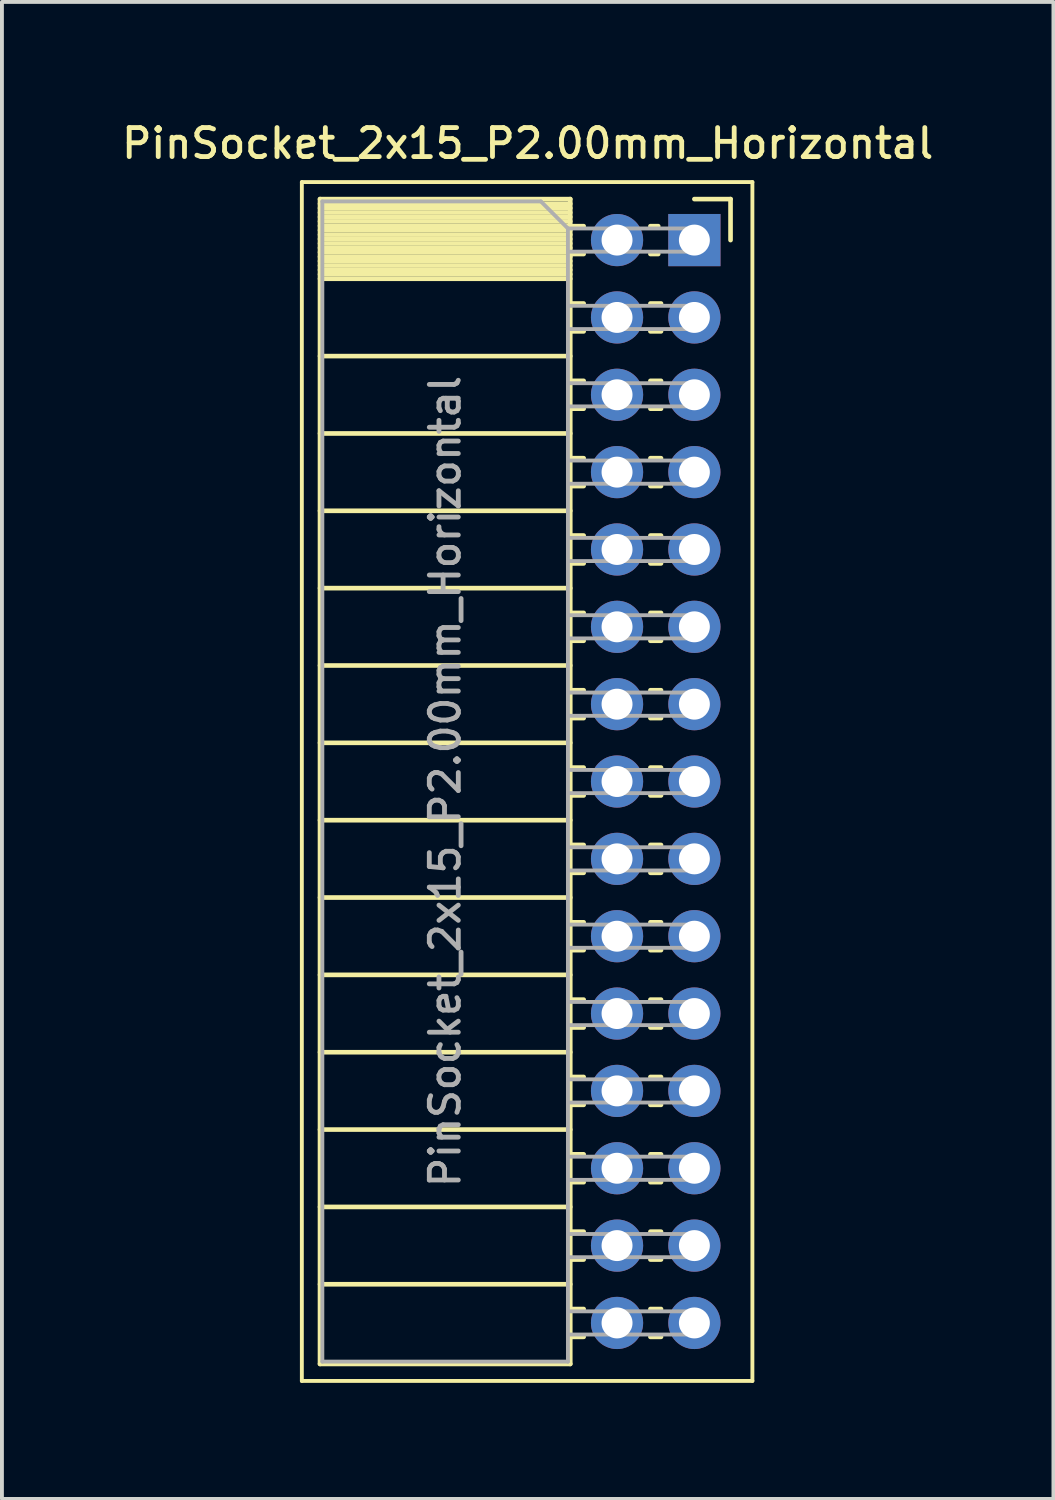
<source format=kicad_pcb>
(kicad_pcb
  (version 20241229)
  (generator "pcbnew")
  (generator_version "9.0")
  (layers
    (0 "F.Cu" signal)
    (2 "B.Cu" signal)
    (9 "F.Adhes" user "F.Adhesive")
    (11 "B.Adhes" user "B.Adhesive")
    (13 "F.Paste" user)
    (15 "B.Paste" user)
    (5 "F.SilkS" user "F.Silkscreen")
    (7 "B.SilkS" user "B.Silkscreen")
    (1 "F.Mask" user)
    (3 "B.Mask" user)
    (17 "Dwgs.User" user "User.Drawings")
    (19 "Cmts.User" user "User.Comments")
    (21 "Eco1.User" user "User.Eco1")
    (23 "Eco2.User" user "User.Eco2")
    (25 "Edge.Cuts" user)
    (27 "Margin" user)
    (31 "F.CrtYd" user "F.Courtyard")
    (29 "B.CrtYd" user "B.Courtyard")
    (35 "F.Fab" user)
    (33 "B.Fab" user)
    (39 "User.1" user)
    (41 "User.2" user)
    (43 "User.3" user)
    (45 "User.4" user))
  (footprint "PinSocket_2x15_P2.00mm_Horizontal"
    (layer "F.Cu")
    (at 14.905 3.158)
    (property "Reference" "PinSocket_2x15_P2.00mm_Horizontal" (at -4.31 -2.5 0) (layer "F.SilkS") (effects (font (size 0.75 0.75) (thickness 0.125))))
    (attr through_hole)
    (fp_line (start -10.15 -1.5) (end -10.15 29.5) (stroke (width 0.1) (type solid)) (layer "F.SilkS"))
    (fp_line (start -10.15 29.5) (end 1.5 29.5) (stroke (width 0.1) (type solid)) (layer "F.SilkS"))
    (fp_line (start -9.68 -1.06) (end -9.68 29.06) (stroke (width 0.12) (type solid)) (layer "F.SilkS"))
    (fp_line (start -9.68 -1.06) (end -3.21 -1.06) (stroke (width 0.12) (type solid)) (layer "F.SilkS"))
    (fp_line (start -9.68 -0.94) (end -3.21 -0.94) (stroke (width 0.12) (type solid)) (layer "F.SilkS"))
    (fp_line (start -9.68 -0.826) (end -3.21 -0.826) (stroke (width 0.12) (type solid)) (layer "F.SilkS"))
    (fp_line (start -9.68 -0.712) (end -3.21 -0.712) (stroke (width 0.12) (type solid)) (layer "F.SilkS"))
    (fp_line (start -9.68 -0.598) (end -3.21 -0.598) (stroke (width 0.12) (type solid)) (layer "F.SilkS"))
    (fp_line (start -9.68 -0.484) (end -3.21 -0.484) (stroke (width 0.12) (type solid)) (layer "F.SilkS"))
    (fp_line (start -9.68 -0.369) (end -3.21 -0.369) (stroke (width 0.12) (type solid)) (layer "F.SilkS"))
    (fp_line (start -9.68 -0.255) (end -3.21 -0.255) (stroke (width 0.12) (type solid)) (layer "F.SilkS"))
    (fp_line (start -9.68 -0.141) (end -3.21 -0.141) (stroke (width 0.12) (type solid)) (layer "F.SilkS"))
    (fp_line (start -9.68 -0.027) (end -3.21 -0.027) (stroke (width 0.12) (type solid)) (layer "F.SilkS"))
    (fp_line (start -9.68 0.087) (end -3.21 0.087) (stroke (width 0.12) (type solid)) (layer "F.SilkS"))
    (fp_line (start -9.68 0.201) (end -3.21 0.201) (stroke (width 0.12) (type solid)) (layer "F.SilkS"))
    (fp_line (start -9.68 0.315) (end -3.21 0.315) (stroke (width 0.12) (type solid)) (layer "F.SilkS"))
    (fp_line (start -9.68 0.429) (end -3.21 0.429) (stroke (width 0.12) (type solid)) (layer "F.SilkS"))
    (fp_line (start -9.68 0.544) (end -3.21 0.544) (stroke (width 0.12) (type solid)) (layer "F.SilkS"))
    (fp_line (start -9.68 0.658) (end -3.21 0.658) (stroke (width 0.12) (type solid)) (layer "F.SilkS"))
    (fp_line (start -9.68 0.772) (end -3.21 0.772) (stroke (width 0.12) (type solid)) (layer "F.SilkS"))
    (fp_line (start -9.68 0.886) (end -3.21 0.886) (stroke (width 0.12) (type solid)) (layer "F.SilkS"))
    (fp_line (start -9.68 1) (end -3.21 1) (stroke (width 0.12) (type solid)) (layer "F.SilkS"))
    (fp_line (start -9.68 3) (end -3.21 3) (stroke (width 0.12) (type solid)) (layer "F.SilkS"))
    (fp_line (start -9.68 5) (end -3.21 5) (stroke (width 0.12) (type solid)) (layer "F.SilkS"))
    (fp_line (start -9.68 7) (end -3.21 7) (stroke (width 0.12) (type solid)) (layer "F.SilkS"))
    (fp_line (start -9.68 9) (end -3.21 9) (stroke (width 0.12) (type solid)) (layer "F.SilkS"))
    (fp_line (start -9.68 11) (end -3.21 11) (stroke (width 0.12) (type solid)) (layer "F.SilkS"))
    (fp_line (start -9.68 13) (end -3.21 13) (stroke (width 0.12) (type solid)) (layer "F.SilkS"))
    (fp_line (start -9.68 15) (end -3.21 15) (stroke (width 0.12) (type solid)) (layer "F.SilkS"))
    (fp_line (start -9.68 17) (end -3.21 17) (stroke (width 0.12) (type solid)) (layer "F.SilkS"))
    (fp_line (start -9.68 19) (end -3.21 19) (stroke (width 0.12) (type solid)) (layer "F.SilkS"))
    (fp_line (start -9.68 21) (end -3.21 21) (stroke (width 0.12) (type solid)) (layer "F.SilkS"))
    (fp_line (start -9.68 23) (end -3.21 23) (stroke (width 0.12) (type solid)) (layer "F.SilkS"))
    (fp_line (start -9.68 25) (end -3.21 25) (stroke (width 0.12) (type solid)) (layer "F.SilkS"))
    (fp_line (start -9.68 27) (end -3.21 27) (stroke (width 0.12) (type solid)) (layer "F.SilkS"))
    (fp_line (start -9.68 29.06) (end -3.21 29.06) (stroke (width 0.12) (type solid)) (layer "F.SilkS"))
    (fp_line (start -3.21 -1.06) (end -3.21 29.06) (stroke (width 0.12) (type solid)) (layer "F.SilkS"))
    (fp_line (start -3.21 -0.36) (end -2.863 -0.36) (stroke (width 0.12) (type solid)) (layer "F.SilkS"))
    (fp_line (start -3.21 0.36) (end -2.863 0.36) (stroke (width 0.12) (type solid)) (layer "F.SilkS"))
    (fp_line (start -3.21 1.64) (end -2.863 1.64) (stroke (width 0.12) (type solid)) (layer "F.SilkS"))
    (fp_line (start -3.21 2.36) (end -2.863 2.36) (stroke (width 0.12) (type solid)) (layer "F.SilkS"))
    (fp_line (start -3.21 3.64) (end -2.863 3.64) (stroke (width 0.12) (type solid)) (layer "F.SilkS"))
    (fp_line (start -3.21 4.36) (end -2.863 4.36) (stroke (width 0.12) (type solid)) (layer "F.SilkS"))
    (fp_line (start -3.21 5.64) (end -2.863 5.64) (stroke (width 0.12) (type solid)) (layer "F.SilkS"))
    (fp_line (start -3.21 6.36) (end -2.863 6.36) (stroke (width 0.12) (type solid)) (layer "F.SilkS"))
    (fp_line (start -3.21 7.64) (end -2.863 7.64) (stroke (width 0.12) (type solid)) (layer "F.SilkS"))
    (fp_line (start -3.21 8.36) (end -2.863 8.36) (stroke (width 0.12) (type solid)) (layer "F.SilkS"))
    (fp_line (start -3.21 9.64) (end -2.863 9.64) (stroke (width 0.12) (type solid)) (layer "F.SilkS"))
    (fp_line (start -3.21 10.36) (end -2.863 10.36) (stroke (width 0.12) (type solid)) (layer "F.SilkS"))
    (fp_line (start -3.21 11.64) (end -2.863 11.64) (stroke (width 0.12) (type solid)) (layer "F.SilkS"))
    (fp_line (start -3.21 12.36) (end -2.863 12.36) (stroke (width 0.12) (type solid)) (layer "F.SilkS"))
    (fp_line (start -3.21 13.64) (end -2.863 13.64) (stroke (width 0.12) (type solid)) (layer "F.SilkS"))
    (fp_line (start -3.21 14.36) (end -2.863 14.36) (stroke (width 0.12) (type solid)) (layer "F.SilkS"))
    (fp_line (start -3.21 15.64) (end -2.863 15.64) (stroke (width 0.12) (type solid)) (layer "F.SilkS"))
    (fp_line (start -3.21 16.36) (end -2.863 16.36) (stroke (width 0.12) (type solid)) (layer "F.SilkS"))
    (fp_line (start -3.21 17.64) (end -2.863 17.64) (stroke (width 0.12) (type solid)) (layer "F.SilkS"))
    (fp_line (start -3.21 18.36) (end -2.863 18.36) (stroke (width 0.12) (type solid)) (layer "F.SilkS"))
    (fp_line (start -3.21 19.64) (end -2.863 19.64) (stroke (width 0.12) (type solid)) (layer "F.SilkS"))
    (fp_line (start -3.21 20.36) (end -2.863 20.36) (stroke (width 0.12) (type solid)) (layer "F.SilkS"))
    (fp_line (start -3.21 21.64) (end -2.863 21.64) (stroke (width 0.12) (type solid)) (layer "F.SilkS"))
    (fp_line (start -3.21 22.36) (end -2.863 22.36) (stroke (width 0.12) (type solid)) (layer "F.SilkS"))
    (fp_line (start -3.21 23.64) (end -2.863 23.64) (stroke (width 0.12) (type solid)) (layer "F.SilkS"))
    (fp_line (start -3.21 24.36) (end -2.863 24.36) (stroke (width 0.12) (type solid)) (layer "F.SilkS"))
    (fp_line (start -3.21 25.64) (end -2.863 25.64) (stroke (width 0.12) (type solid)) (layer "F.SilkS"))
    (fp_line (start -3.21 26.36) (end -2.863 26.36) (stroke (width 0.12) (type solid)) (layer "F.SilkS"))
    (fp_line (start -3.21 27.64) (end -2.863 27.64) (stroke (width 0.12) (type solid)) (layer "F.SilkS"))
    (fp_line (start -3.21 28.36) (end -2.863 28.36) (stroke (width 0.12) (type solid)) (layer "F.SilkS"))
    (fp_line (start -1.137 -0.36) (end -0.935 -0.36) (stroke (width 0.12) (type solid)) (layer "F.SilkS"))
    (fp_line (start -1.137 0.36) (end -0.935 0.36) (stroke (width 0.12) (type solid)) (layer "F.SilkS"))
    (fp_line (start -1.137 1.64) (end -0.863 1.64) (stroke (width 0.12) (type solid)) (layer "F.SilkS"))
    (fp_line (start -1.137 2.36) (end -0.863 2.36) (stroke (width 0.12) (type solid)) (layer "F.SilkS"))
    (fp_line (start -1.137 3.64) (end -0.863 3.64) (stroke (width 0.12) (type solid)) (layer "F.SilkS"))
    (fp_line (start -1.137 4.36) (end -0.863 4.36) (stroke (width 0.12) (type solid)) (layer "F.SilkS"))
    (fp_line (start -1.137 5.64) (end -0.863 5.64) (stroke (width 0.12) (type solid)) (layer "F.SilkS"))
    (fp_line (start -1.137 6.36) (end -0.863 6.36) (stroke (width 0.12) (type solid)) (layer "F.SilkS"))
    (fp_line (start -1.137 7.64) (end -0.863 7.64) (stroke (width 0.12) (type solid)) (layer "F.SilkS"))
    (fp_line (start -1.137 8.36) (end -0.863 8.36) (stroke (width 0.12) (type solid)) (layer "F.SilkS"))
    (fp_line (start -1.137 9.64) (end -0.863 9.64) (stroke (width 0.12) (type solid)) (layer "F.SilkS"))
    (fp_line (start -1.137 10.36) (end -0.863 10.36) (stroke (width 0.12) (type solid)) (layer "F.SilkS"))
    (fp_line (start -1.137 11.64) (end -0.863 11.64) (stroke (width 0.12) (type solid)) (layer "F.SilkS"))
    (fp_line (start -1.137 12.36) (end -0.863 12.36) (stroke (width 0.12) (type solid)) (layer "F.SilkS"))
    (fp_line (start -1.137 13.64) (end -0.863 13.64) (stroke (width 0.12) (type solid)) (layer "F.SilkS"))
    (fp_line (start -1.137 14.36) (end -0.863 14.36) (stroke (width 0.12) (type solid)) (layer "F.SilkS"))
    (fp_line (start -1.137 15.64) (end -0.863 15.64) (stroke (width 0.12) (type solid)) (layer "F.SilkS"))
    (fp_line (start -1.137 16.36) (end -0.863 16.36) (stroke (width 0.12) (type solid)) (layer "F.SilkS"))
    (fp_line (start -1.137 17.64) (end -0.863 17.64) (stroke (width 0.12) (type solid)) (layer "F.SilkS"))
    (fp_line (start -1.137 18.36) (end -0.863 18.36) (stroke (width 0.12) (type solid)) (layer "F.SilkS"))
    (fp_line (start -1.137 19.64) (end -0.863 19.64) (stroke (width 0.12) (type solid)) (layer "F.SilkS"))
    (fp_line (start -1.137 20.36) (end -0.863 20.36) (stroke (width 0.12) (type solid)) (layer "F.SilkS"))
    (fp_line (start -1.137 21.64) (end -0.863 21.64) (stroke (width 0.12) (type solid)) (layer "F.SilkS"))
    (fp_line (start -1.137 22.36) (end -0.863 22.36) (stroke (width 0.12) (type solid)) (layer "F.SilkS"))
    (fp_line (start -1.137 23.64) (end -0.863 23.64) (stroke (width 0.12) (type solid)) (layer "F.SilkS"))
    (fp_line (start -1.137 24.36) (end -0.863 24.36) (stroke (width 0.12) (type solid)) (layer "F.SilkS"))
    (fp_line (start -1.137 25.64) (end -0.863 25.64) (stroke (width 0.12) (type solid)) (layer "F.SilkS"))
    (fp_line (start -1.137 26.36) (end -0.863 26.36) (stroke (width 0.12) (type solid)) (layer "F.SilkS"))
    (fp_line (start -1.137 27.64) (end -0.863 27.64) (stroke (width 0.12) (type solid)) (layer "F.SilkS"))
    (fp_line (start -1.137 28.36) (end -0.863 28.36) (stroke (width 0.12) (type solid)) (layer "F.SilkS"))
    (fp_line (start 0 -1.06) (end 0.935 -1.06) (stroke (width 0.12) (type solid)) (layer "F.SilkS"))
    (fp_line (start 0.935 -1.06) (end 0.935 0) (stroke (width 0.12) (type solid)) (layer "F.SilkS"))
    (fp_line (start 1.5 -1.5) (end -10.15 -1.5) (stroke (width 0.1) (type solid)) (layer "F.SilkS"))
    (fp_line (start 1.5 29.5) (end 1.5 -1.5) (stroke (width 0.1) (type solid)) (layer "F.SilkS"))
    (fp_line (start -9.62 -1) (end -3.97 -1) (stroke (width 0.1) (type solid)) (layer "F.Fab"))
    (fp_line (start -9.62 29) (end -9.62 -1) (stroke (width 0.1) (type solid)) (layer "F.Fab"))
    (fp_line (start -3.97 -1) (end -3.27 -0.3) (stroke (width 0.1) (type solid)) (layer "F.Fab"))
    (fp_line (start -3.27 -0.3) (end -3.27 29) (stroke (width 0.1) (type solid)) (layer "F.Fab"))
    (fp_line (start -3.27 0.3) (end 0 0.3) (stroke (width 0.1) (type solid)) (layer "F.Fab"))
    (fp_line (start -3.27 2.3) (end 0 2.3) (stroke (width 0.1) (type solid)) (layer "F.Fab"))
    (fp_line (start -3.27 4.3) (end 0 4.3) (stroke (width 0.1) (type solid)) (layer "F.Fab"))
    (fp_line (start -3.27 6.3) (end 0 6.3) (stroke (width 0.1) (type solid)) (layer "F.Fab"))
    (fp_line (start -3.27 8.3) (end 0 8.3) (stroke (width 0.1) (type solid)) (layer "F.Fab"))
    (fp_line (start -3.27 10.3) (end 0 10.3) (stroke (width 0.1) (type solid)) (layer "F.Fab"))
    (fp_line (start -3.27 12.3) (end 0 12.3) (stroke (width 0.1) (type solid)) (layer "F.Fab"))
    (fp_line (start -3.27 14.3) (end 0 14.3) (stroke (width 0.1) (type solid)) (layer "F.Fab"))
    (fp_line (start -3.27 16.3) (end 0 16.3) (stroke (width 0.1) (type solid)) (layer "F.Fab"))
    (fp_line (start -3.27 18.3) (end 0 18.3) (stroke (width 0.1) (type solid)) (layer "F.Fab"))
    (fp_line (start -3.27 20.3) (end 0 20.3) (stroke (width 0.1) (type solid)) (layer "F.Fab"))
    (fp_line (start -3.27 22.3) (end 0 22.3) (stroke (width 0.1) (type solid)) (layer "F.Fab"))
    (fp_line (start -3.27 24.3) (end 0 24.3) (stroke (width 0.1) (type solid)) (layer "F.Fab"))
    (fp_line (start -3.27 26.3) (end 0 26.3) (stroke (width 0.1) (type solid)) (layer "F.Fab"))
    (fp_line (start -3.27 28.3) (end 0 28.3) (stroke (width 0.1) (type solid)) (layer "F.Fab"))
    (fp_line (start -3.27 29) (end -9.62 29) (stroke (width 0.1) (type solid)) (layer "F.Fab"))
    (fp_line (start 0 -0.3) (end -3.27 -0.3) (stroke (width 0.1) (type solid)) (layer "F.Fab"))
    (fp_line (start 0 0.3) (end 0 -0.3) (stroke (width 0.1) (type solid)) (layer "F.Fab"))
    (fp_line (start 0 1.7) (end -3.27 1.7) (stroke (width 0.1) (type solid)) (layer "F.Fab"))
    (fp_line (start 0 2.3) (end 0 1.7) (stroke (width 0.1) (type solid)) (layer "F.Fab"))
    (fp_line (start 0 3.7) (end -3.27 3.7) (stroke (width 0.1) (type solid)) (layer "F.Fab"))
    (fp_line (start 0 4.3) (end 0 3.7) (stroke (width 0.1) (type solid)) (layer "F.Fab"))
    (fp_line (start 0 5.7) (end -3.27 5.7) (stroke (width 0.1) (type solid)) (layer "F.Fab"))
    (fp_line (start 0 6.3) (end 0 5.7) (stroke (width 0.1) (type solid)) (layer "F.Fab"))
    (fp_line (start 0 7.7) (end -3.27 7.7) (stroke (width 0.1) (type solid)) (layer "F.Fab"))
    (fp_line (start 0 8.3) (end 0 7.7) (stroke (width 0.1) (type solid)) (layer "F.Fab"))
    (fp_line (start 0 9.7) (end -3.27 9.7) (stroke (width 0.1) (type solid)) (layer "F.Fab"))
    (fp_line (start 0 10.3) (end 0 9.7) (stroke (width 0.1) (type solid)) (layer "F.Fab"))
    (fp_line (start 0 11.7) (end -3.27 11.7) (stroke (width 0.1) (type solid)) (layer "F.Fab"))
    (fp_line (start 0 12.3) (end 0 11.7) (stroke (width 0.1) (type solid)) (layer "F.Fab"))
    (fp_line (start 0 13.7) (end -3.27 13.7) (stroke (width 0.1) (type solid)) (layer "F.Fab"))
    (fp_line (start 0 14.3) (end 0 13.7) (stroke (width 0.1) (type solid)) (layer "F.Fab"))
    (fp_line (start 0 15.7) (end -3.27 15.7) (stroke (width 0.1) (type solid)) (layer "F.Fab"))
    (fp_line (start 0 16.3) (end 0 15.7) (stroke (width 0.1) (type solid)) (layer "F.Fab"))
    (fp_line (start 0 17.7) (end -3.27 17.7) (stroke (width 0.1) (type solid)) (layer "F.Fab"))
    (fp_line (start 0 18.3) (end 0 17.7) (stroke (width 0.1) (type solid)) (layer "F.Fab"))
    (fp_line (start 0 19.7) (end -3.27 19.7) (stroke (width 0.1) (type solid)) (layer "F.Fab"))
    (fp_line (start 0 20.3) (end 0 19.7) (stroke (width 0.1) (type solid)) (layer "F.Fab"))
    (fp_line (start 0 21.7) (end -3.27 21.7) (stroke (width 0.1) (type solid)) (layer "F.Fab"))
    (fp_line (start 0 22.3) (end 0 21.7) (stroke (width 0.1) (type solid)) (layer "F.Fab"))
    (fp_line (start 0 23.7) (end -3.27 23.7) (stroke (width 0.1) (type solid)) (layer "F.Fab"))
    (fp_line (start 0 24.3) (end 0 23.7) (stroke (width 0.1) (type solid)) (layer "F.Fab"))
    (fp_line (start 0 25.7) (end -3.27 25.7) (stroke (width 0.1) (type solid)) (layer "F.Fab"))
    (fp_line (start 0 26.3) (end 0 25.7) (stroke (width 0.1) (type solid)) (layer "F.Fab"))
    (fp_line (start 0 27.7) (end -3.27 27.7) (stroke (width 0.1) (type solid)) (layer "F.Fab"))
    (fp_line (start 0 28.3) (end 0 27.7) (stroke (width 0.1) (type solid)) (layer "F.Fab"))
    (fp_text user "${REFERENCE}" (at -6.445 14 90) (layer "F.Fab") (effects (font (size 0.75 0.75) (thickness 0.125))))
    (pad "1" thru_hole rect (at 0 0) (size 1.35 1.35) (drill 0.8) (layers "*.Cu" "*.Mask"))
    (pad "2" thru_hole oval (at -2 0) (size 1.35 1.35) (drill 0.8) (layers "*.Cu" "*.Mask"))
    (pad "3" thru_hole oval (at 0 2) (size 1.35 1.35) (drill 0.8) (layers "*.Cu" "*.Mask"))
    (pad "4" thru_hole oval (at -2 2) (size 1.35 1.35) (drill 0.8) (layers "*.Cu" "*.Mask"))
    (pad "5" thru_hole oval (at 0 4) (size 1.35 1.35) (drill 0.8) (layers "*.Cu" "*.Mask"))
    (pad "6" thru_hole oval (at -2 4) (size 1.35 1.35) (drill 0.8) (layers "*.Cu" "*.Mask"))
    (pad "7" thru_hole oval (at 0 6) (size 1.35 1.35) (drill 0.8) (layers "*.Cu" "*.Mask"))
    (pad "8" thru_hole oval (at -2 6) (size 1.35 1.35) (drill 0.8) (layers "*.Cu" "*.Mask"))
    (pad "9" thru_hole oval (at 0 8) (size 1.35 1.35) (drill 0.8) (layers "*.Cu" "*.Mask"))
    (pad "10" thru_hole oval (at -2 8) (size 1.35 1.35) (drill 0.8) (layers "*.Cu" "*.Mask"))
    (pad "11" thru_hole oval (at 0 10) (size 1.35 1.35) (drill 0.8) (layers "*.Cu" "*.Mask"))
    (pad "12" thru_hole oval (at -2 10) (size 1.35 1.35) (drill 0.8) (layers "*.Cu" "*.Mask"))
    (pad "13" thru_hole oval (at 0 12) (size 1.35 1.35) (drill 0.8) (layers "*.Cu" "*.Mask"))
    (pad "14" thru_hole oval (at -2 12) (size 1.35 1.35) (drill 0.8) (layers "*.Cu" "*.Mask"))
    (pad "15" thru_hole oval (at 0 14) (size 1.35 1.35) (drill 0.8) (layers "*.Cu" "*.Mask"))
    (pad "16" thru_hole oval (at -2 14) (size 1.35 1.35) (drill 0.8) (layers "*.Cu" "*.Mask"))
    (pad "17" thru_hole oval (at 0 16) (size 1.35 1.35) (drill 0.8) (layers "*.Cu" "*.Mask"))
    (pad "18" thru_hole oval (at -2 16) (size 1.35 1.35) (drill 0.8) (layers "*.Cu" "*.Mask"))
    (pad "19" thru_hole oval (at 0 18) (size 1.35 1.35) (drill 0.8) (layers "*.Cu" "*.Mask"))
    (pad "20" thru_hole oval (at -2 18) (size 1.35 1.35) (drill 0.8) (layers "*.Cu" "*.Mask"))
    (pad "21" thru_hole oval (at 0 20) (size 1.35 1.35) (drill 0.8) (layers "*.Cu" "*.Mask"))
    (pad "22" thru_hole oval (at -2 20) (size 1.35 1.35) (drill 0.8) (layers "*.Cu" "*.Mask"))
    (pad "23" thru_hole oval (at 0 22) (size 1.35 1.35) (drill 0.8) (layers "*.Cu" "*.Mask"))
    (pad "24" thru_hole oval (at -2 22) (size 1.35 1.35) (drill 0.8) (layers "*.Cu" "*.Mask"))
    (pad "25" thru_hole oval (at 0 24) (size 1.35 1.35) (drill 0.8) (layers "*.Cu" "*.Mask"))
    (pad "26" thru_hole oval (at -2 24) (size 1.35 1.35) (drill 0.8) (layers "*.Cu" "*.Mask"))
    (pad "27" thru_hole oval (at 0 26) (size 1.35 1.35) (drill 0.8) (layers "*.Cu" "*.Mask"))
    (pad "28" thru_hole oval (at -2 26) (size 1.35 1.35) (drill 0.8) (layers "*.Cu" "*.Mask"))
    (pad "29" thru_hole oval (at 0 28) (size 1.35 1.35) (drill 0.8) (layers "*.Cu" "*.Mask"))
    (pad "30" thru_hole oval (at -2 28) (size 1.35 1.35) (drill 0.8) (layers "*.Cu" "*.Mask")))
  (gr_rect
    (start -3 -3)
    (end 24.189 35.708)
    (stroke (width 0.1) (type default))
    (fill no)
    (layer "Edge.Cuts")))
</source>
